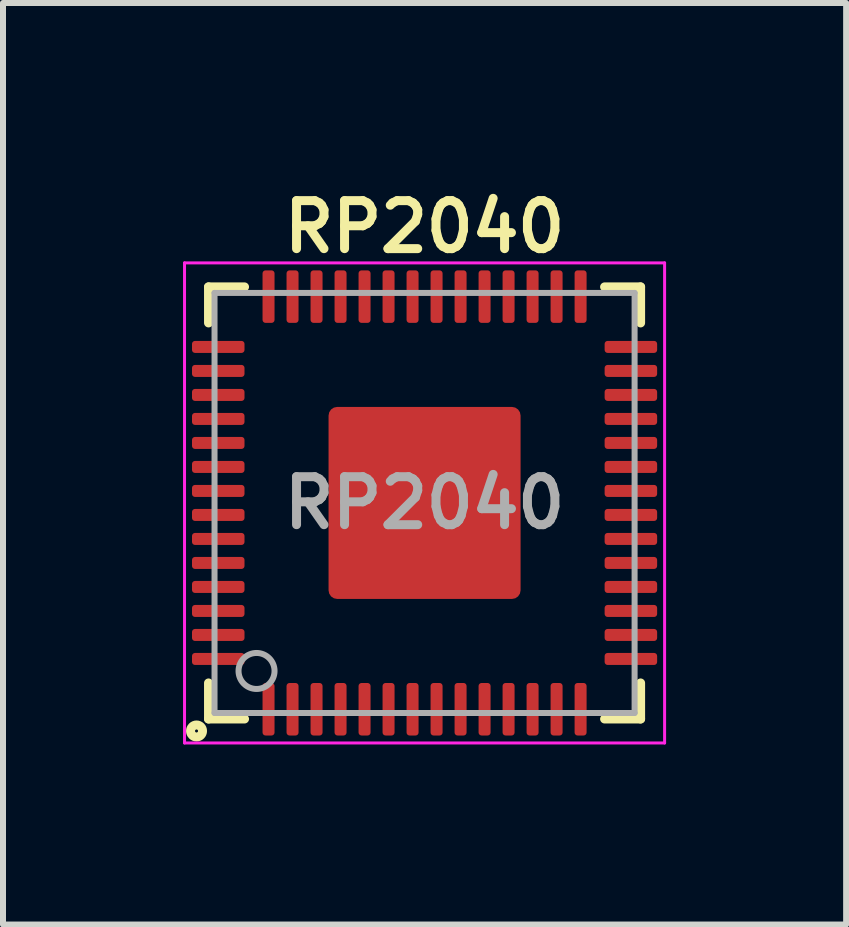
<source format=kicad_pcb>
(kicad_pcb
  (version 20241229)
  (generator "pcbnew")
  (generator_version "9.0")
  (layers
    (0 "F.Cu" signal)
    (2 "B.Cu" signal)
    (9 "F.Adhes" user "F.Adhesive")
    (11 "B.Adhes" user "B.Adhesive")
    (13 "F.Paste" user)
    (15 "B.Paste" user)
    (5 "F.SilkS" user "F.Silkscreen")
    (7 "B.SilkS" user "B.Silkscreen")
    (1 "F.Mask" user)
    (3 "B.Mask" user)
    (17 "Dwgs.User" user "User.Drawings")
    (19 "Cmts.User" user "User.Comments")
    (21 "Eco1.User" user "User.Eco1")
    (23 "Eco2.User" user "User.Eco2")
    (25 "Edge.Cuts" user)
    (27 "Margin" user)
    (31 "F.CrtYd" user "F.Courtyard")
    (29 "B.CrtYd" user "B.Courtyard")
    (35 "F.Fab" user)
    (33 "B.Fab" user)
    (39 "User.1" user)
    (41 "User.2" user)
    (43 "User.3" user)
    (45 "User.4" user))
  (footprint "RP2040"
    (layer "F.Cu")
    (at 4.025 5.331)
    (property "Reference" "RP2040" (at 0 -4.6 0) (layer "F.SilkS") (effects (font (size 0.8 0.8) (thickness 0.15))))
    (attr smd)
    (fp_line (start -3.6 -3.6) (end -3 -3.6) (stroke (width 0.15) (type solid)) (layer "F.SilkS"))
    (fp_line (start -3.6 -3) (end -3.6 -3.6) (stroke (width 0.15) (type solid)) (layer "F.SilkS"))
    (fp_line (start -3.6 3) (end -3.6 3.6) (stroke (width 0.15) (type solid)) (layer "F.SilkS"))
    (fp_line (start -3.6 3.6) (end -3 3.6) (stroke (width 0.15) (type solid)) (layer "F.SilkS"))
    (fp_line (start 3 -3.6) (end 3.6 -3.6) (stroke (width 0.15) (type solid)) (layer "F.SilkS"))
    (fp_line (start 3.6 -3.6) (end 3.6 -3) (stroke (width 0.15) (type solid)) (layer "F.SilkS"))
    (fp_line (start 3.6 3) (end 3.6 3.6) (stroke (width 0.15) (type solid)) (layer "F.SilkS"))
    (fp_line (start 3.6 3.6) (end 3 3.6) (stroke (width 0.15) (type solid)) (layer "F.SilkS"))
    (fp_circle (center -3.8 3.8) (end -3.8 3.7) (stroke (width 0.15) (type solid)) (fill no) (layer "F.SilkS"))
    (fp_line (start -4 -4) (end -4 4) (stroke (width 0.05) (type solid)) (layer "F.CrtYd"))
    (fp_line (start -4 4) (end 4 4) (stroke (width 0.05) (type solid)) (layer "F.CrtYd"))
    (fp_line (start 4 -4) (end -4 -4) (stroke (width 0.05) (type solid)) (layer "F.CrtYd"))
    (fp_line (start 4 4) (end 4 -4) (stroke (width 0.05) (type solid)) (layer "F.CrtYd"))
    (fp_line (start -3.5 -3.5) (end -3.5 3.5) (stroke (width 0.1) (type solid)) (layer "F.Fab"))
    (fp_line (start -3.5 3.5) (end 3.5 3.5) (stroke (width 0.1) (type solid)) (layer "F.Fab"))
    (fp_line (start 3.5 -3.5) (end -3.5 -3.5) (stroke (width 0.1) (type solid)) (layer "F.Fab"))
    (fp_line (start 3.5 3.5) (end 3.5 -3.5) (stroke (width 0.1) (type solid)) (layer "F.Fab"))
    (fp_circle (center -2.8 2.8) (end -2.8 2.5) (stroke (width 0.1) (type solid)) (fill no) (layer "F.Fab"))
    (fp_text user "${REFERENCE}" (at 0 0 0) (layer "F.Fab") (effects (font (size 0.8 0.8) (thickness 0.15))))
    (pad "" smd roundrect (at -1.05 -1.05) (size 0.8 0.8) (layers "F.Paste") (roundrect_rratio 0.25))
    (pad "" smd roundrect (at -1.05 0) (size 0.8 0.8) (layers "F.Paste") (roundrect_rratio 0.25))
    (pad "" smd roundrect (at -1.05 1.05) (size 0.8 0.8) (layers "F.Paste") (roundrect_rratio 0.25))
    (pad "" smd roundrect (at 0 -1.05) (size 0.8 0.8) (layers "F.Paste") (roundrect_rratio 0.25))
    (pad "" smd roundrect (at 0 0) (size 0.8 0.8) (layers "F.Paste") (roundrect_rratio 0.25))
    (pad "" smd roundrect (at 0 1.05) (size 0.8 0.8) (layers "F.Paste") (roundrect_rratio 0.25))
    (pad "" smd roundrect (at 1.05 -1.05) (size 0.8 0.8) (layers "F.Paste") (roundrect_rratio 0.25))
    (pad "" smd roundrect (at 1.05 0) (size 0.8 0.8) (layers "F.Paste") (roundrect_rratio 0.25))
    (pad "" smd roundrect (at 1.05 1.05) (size 0.8 0.8) (layers "F.Paste") (roundrect_rratio 0.25))
    (pad "1" smd roundrect (at -2.6 3.438 180) (size 0.2 0.875) (layers "F.Cu" "F.Mask" "F.Paste") (roundrect_rratio 0.25))
    (pad "2" smd roundrect (at -2.2 3.438 180) (size 0.2 0.875) (layers "F.Cu" "F.Mask" "F.Paste") (roundrect_rratio 0.25))
    (pad "3" smd roundrect (at -1.8 3.438 180) (size 0.2 0.875) (layers "F.Cu" "F.Mask" "F.Paste") (roundrect_rratio 0.25))
    (pad "4" smd roundrect (at -1.4 3.438 180) (size 0.2 0.875) (layers "F.Cu" "F.Mask" "F.Paste") (roundrect_rratio 0.25))
    (pad "5" smd roundrect (at -1 3.438 180) (size 0.2 0.875) (layers "F.Cu" "F.Mask" "F.Paste") (roundrect_rratio 0.25))
    (pad "6" smd roundrect (at -0.6 3.438 180) (size 0.2 0.875) (layers "F.Cu" "F.Mask" "F.Paste") (roundrect_rratio 0.25))
    (pad "7" smd roundrect (at -0.2 3.438 180) (size 0.2 0.875) (layers "F.Cu" "F.Mask" "F.Paste") (roundrect_rratio 0.25))
    (pad "8" smd roundrect (at 0.2 3.438 180) (size 0.2 0.875) (layers "F.Cu" "F.Mask" "F.Paste") (roundrect_rratio 0.25))
    (pad "9" smd roundrect (at 0.6 3.438 180) (size 0.2 0.875) (layers "F.Cu" "F.Mask" "F.Paste") (roundrect_rratio 0.25))
    (pad "10" smd roundrect (at 1 3.438 180) (size 0.2 0.875) (layers "F.Cu" "F.Mask" "F.Paste") (roundrect_rratio 0.25))
    (pad "11" smd roundrect (at 1.4 3.438 180) (size 0.2 0.875) (layers "F.Cu" "F.Mask" "F.Paste") (roundrect_rratio 0.25))
    (pad "12" smd roundrect (at 1.8 3.438 180) (size 0.2 0.875) (layers "F.Cu" "F.Mask" "F.Paste") (roundrect_rratio 0.25))
    (pad "13" smd roundrect (at 2.2 3.438 180) (size 0.2 0.875) (layers "F.Cu" "F.Mask" "F.Paste") (roundrect_rratio 0.25))
    (pad "14" smd roundrect (at 2.6 3.438 180) (size 0.2 0.875) (layers "F.Cu" "F.Mask" "F.Paste") (roundrect_rratio 0.25))
    (pad "15" smd roundrect (at 3.438 2.6 90) (size 0.2 0.875) (layers "F.Cu" "F.Mask" "F.Paste") (roundrect_rratio 0.25))
    (pad "16" smd roundrect (at 3.438 2.2 90) (size 0.2 0.875) (layers "F.Cu" "F.Mask" "F.Paste") (roundrect_rratio 0.25))
    (pad "17" smd roundrect (at 3.438 1.8 90) (size 0.2 0.875) (layers "F.Cu" "F.Mask" "F.Paste") (roundrect_rratio 0.25))
    (pad "18" smd roundrect (at 3.438 1.4 90) (size 0.2 0.875) (layers "F.Cu" "F.Mask" "F.Paste") (roundrect_rratio 0.25))
    (pad "19" smd roundrect (at 3.438 1 90) (size 0.2 0.875) (layers "F.Cu" "F.Mask" "F.Paste") (roundrect_rratio 0.25))
    (pad "20" smd roundrect (at 3.438 0.6 90) (size 0.2 0.875) (layers "F.Cu" "F.Mask" "F.Paste") (roundrect_rratio 0.25))
    (pad "21" smd roundrect (at 3.438 0.2 90) (size 0.2 0.875) (layers "F.Cu" "F.Mask" "F.Paste") (roundrect_rratio 0.25))
    (pad "22" smd roundrect (at 3.438 -0.2 90) (size 0.2 0.875) (layers "F.Cu" "F.Mask" "F.Paste") (roundrect_rratio 0.25))
    (pad "23" smd roundrect (at 3.438 -0.6 90) (size 0.2 0.875) (layers "F.Cu" "F.Mask" "F.Paste") (roundrect_rratio 0.25))
    (pad "24" smd roundrect (at 3.438 -1 90) (size 0.2 0.875) (layers "F.Cu" "F.Mask" "F.Paste") (roundrect_rratio 0.25))
    (pad "25" smd roundrect (at 3.438 -1.4 90) (size 0.2 0.875) (layers "F.Cu" "F.Mask" "F.Paste") (roundrect_rratio 0.25))
    (pad "26" smd roundrect (at 3.438 -1.8 90) (size 0.2 0.875) (layers "F.Cu" "F.Mask" "F.Paste") (roundrect_rratio 0.25))
    (pad "27" smd roundrect (at 3.438 -2.2 90) (size 0.2 0.875) (layers "F.Cu" "F.Mask" "F.Paste") (roundrect_rratio 0.25))
    (pad "28" smd roundrect (at 3.438 -2.6 90) (size 0.2 0.875) (layers "F.Cu" "F.Mask" "F.Paste") (roundrect_rratio 0.25))
    (pad "29" smd roundrect (at 2.6 -3.438 180) (size 0.2 0.875) (layers "F.Cu" "F.Mask" "F.Paste") (roundrect_rratio 0.25))
    (pad "30" smd roundrect (at 2.2 -3.438 180) (size 0.2 0.875) (layers "F.Cu" "F.Mask" "F.Paste") (roundrect_rratio 0.25))
    (pad "31" smd roundrect (at 1.8 -3.438 180) (size 0.2 0.875) (layers "F.Cu" "F.Mask" "F.Paste") (roundrect_rratio 0.25))
    (pad "32" smd roundrect (at 1.4 -3.438 180) (size 0.2 0.875) (layers "F.Cu" "F.Mask" "F.Paste") (roundrect_rratio 0.25))
    (pad "33" smd roundrect (at 1 -3.438 180) (size 0.2 0.875) (layers "F.Cu" "F.Mask" "F.Paste") (roundrect_rratio 0.25))
    (pad "34" smd roundrect (at 0.6 -3.438 180) (size 0.2 0.875) (layers "F.Cu" "F.Mask" "F.Paste") (roundrect_rratio 0.25))
    (pad "35" smd roundrect (at 0.2 -3.438 180) (size 0.2 0.875) (layers "F.Cu" "F.Mask" "F.Paste") (roundrect_rratio 0.25))
    (pad "36" smd roundrect (at -0.2 -3.438 180) (size 0.2 0.875) (layers "F.Cu" "F.Mask" "F.Paste") (roundrect_rratio 0.25))
    (pad "37" smd roundrect (at -0.6 -3.438 180) (size 0.2 0.875) (layers "F.Cu" "F.Mask" "F.Paste") (roundrect_rratio 0.25))
    (pad "38" smd roundrect (at -1 -3.438 180) (size 0.2 0.875) (layers "F.Cu" "F.Mask" "F.Paste") (roundrect_rratio 0.25))
    (pad "39" smd roundrect (at -1.4 -3.438 180) (size 0.2 0.875) (layers "F.Cu" "F.Mask" "F.Paste") (roundrect_rratio 0.25))
    (pad "40" smd roundrect (at -1.8 -3.438 180) (size 0.2 0.875) (layers "F.Cu" "F.Mask" "F.Paste") (roundrect_rratio 0.25))
    (pad "41" smd roundrect (at -2.2 -3.438 180) (size 0.2 0.875) (layers "F.Cu" "F.Mask" "F.Paste") (roundrect_rratio 0.25))
    (pad "42" smd roundrect (at -2.6 -3.438 180) (size 0.2 0.875) (layers "F.Cu" "F.Mask" "F.Paste") (roundrect_rratio 0.25))
    (pad "43" smd roundrect (at -3.438 -2.6 90) (size 0.2 0.875) (layers "F.Cu" "F.Mask" "F.Paste") (roundrect_rratio 0.25))
    (pad "44" smd roundrect (at -3.438 -2.2 90) (size 0.2 0.875) (layers "F.Cu" "F.Mask" "F.Paste") (roundrect_rratio 0.25))
    (pad "45" smd roundrect (at -3.438 -1.8 90) (size 0.2 0.875) (layers "F.Cu" "F.Mask" "F.Paste") (roundrect_rratio 0.25))
    (pad "46" smd roundrect (at -3.438 -1.4 90) (size 0.2 0.875) (layers "F.Cu" "F.Mask" "F.Paste") (roundrect_rratio 0.25))
    (pad "47" smd roundrect (at -3.438 -1 90) (size 0.2 0.875) (layers "F.Cu" "F.Mask" "F.Paste") (roundrect_rratio 0.25))
    (pad "48" smd roundrect (at -3.438 -0.6 90) (size 0.2 0.875) (layers "F.Cu" "F.Mask" "F.Paste") (roundrect_rratio 0.25))
    (pad "49" smd roundrect (at -3.438 -0.2 90) (size 0.2 0.875) (layers "F.Cu" "F.Mask" "F.Paste") (roundrect_rratio 0.25))
    (pad "50" smd roundrect (at -3.438 0.2 90) (size 0.2 0.875) (layers "F.Cu" "F.Mask" "F.Paste") (roundrect_rratio 0.25))
    (pad "51" smd roundrect (at -3.438 0.6 90) (size 0.2 0.875) (layers "F.Cu" "F.Mask" "F.Paste") (roundrect_rratio 0.25))
    (pad "52" smd roundrect (at -3.438 1 90) (size 0.2 0.875) (layers "F.Cu" "F.Mask" "F.Paste") (roundrect_rratio 0.25))
    (pad "53" smd roundrect (at -3.438 1.4 90) (size 0.2 0.875) (layers "F.Cu" "F.Mask" "F.Paste") (roundrect_rratio 0.25))
    (pad "54" smd roundrect (at -3.438 1.8 90) (size 0.2 0.875) (layers "F.Cu" "F.Mask" "F.Paste") (roundrect_rratio 0.25))
    (pad "55" smd roundrect (at -3.438 2.2 90) (size 0.2 0.875) (layers "F.Cu" "F.Mask" "F.Paste") (roundrect_rratio 0.25))
    (pad "56" smd roundrect (at -3.438 2.6 90) (size 0.2 0.875) (layers "F.Cu" "F.Mask" "F.Paste") (roundrect_rratio 0.25))
    (pad "57" smd roundrect (at 0 0) (size 3.2 3.2) (layers "F.Cu" "F.Mask") (roundrect_rratio 0.045)))
  (gr_rect
    (start -3 -3)
    (end 11.05 12.356)
    (stroke (width 0.1) (type default))
    (fill no)
    (layer "Edge.Cuts")))
</source>
